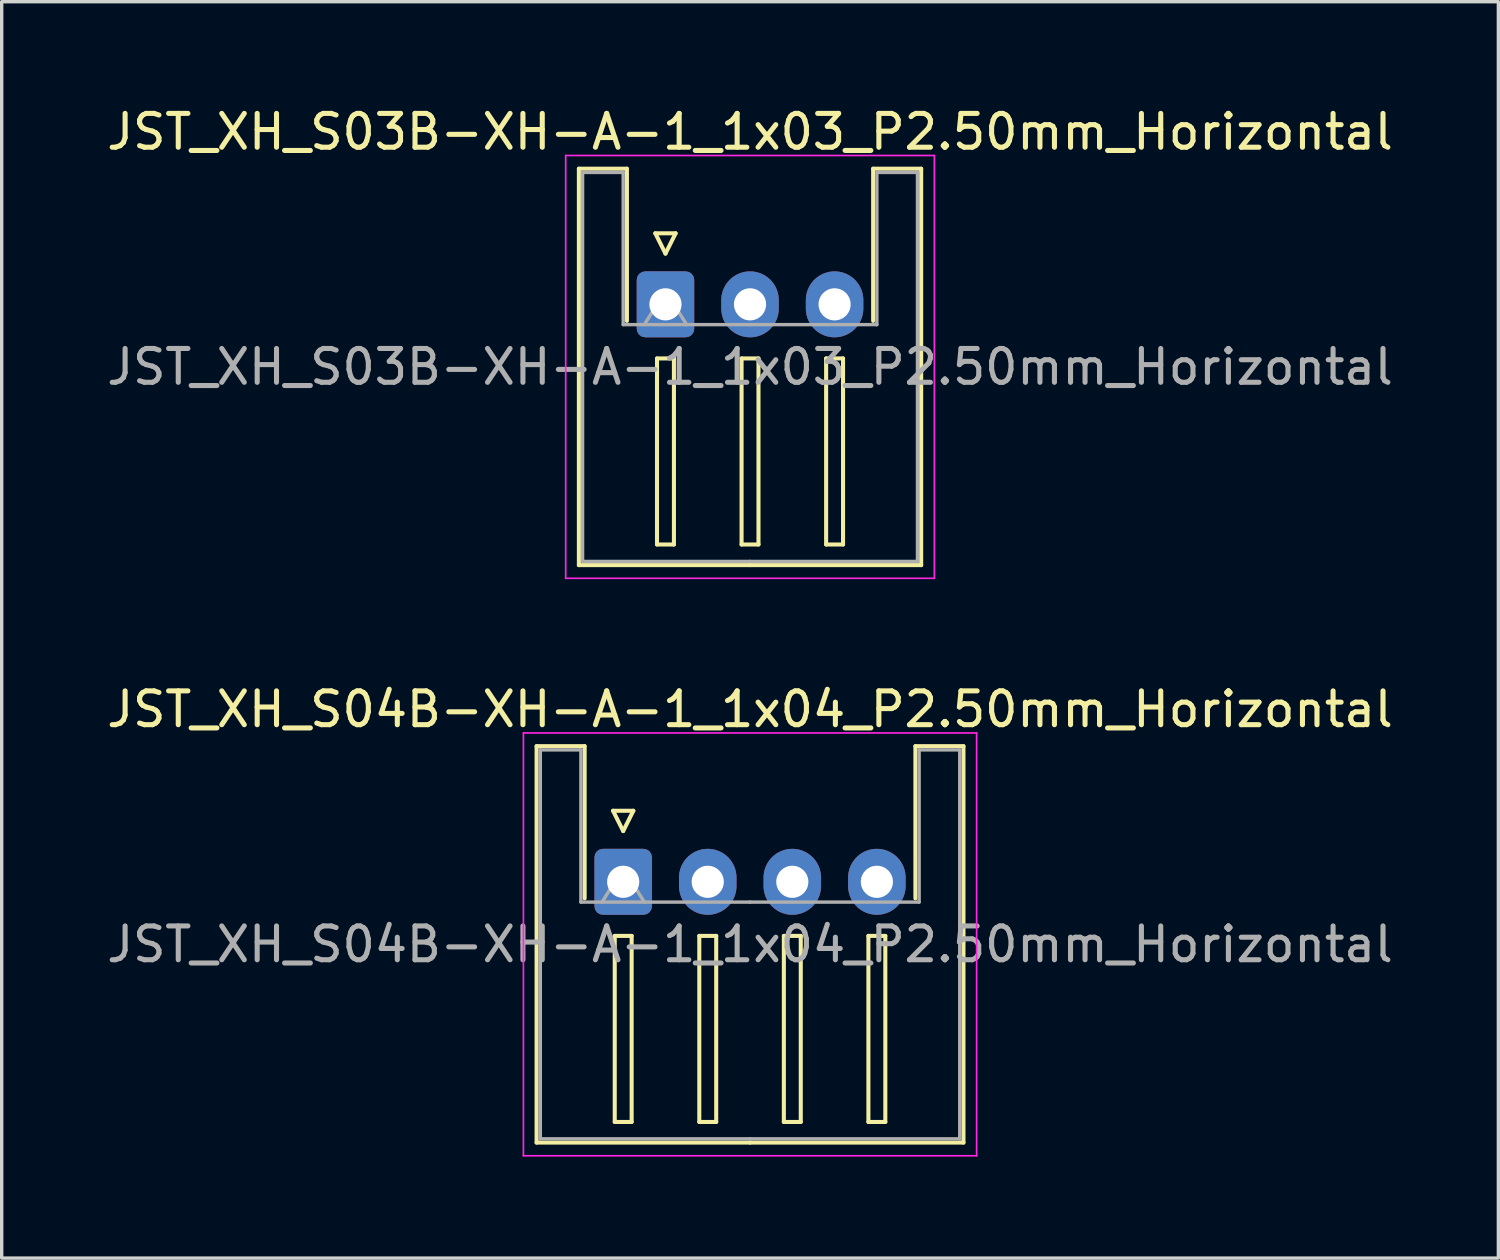
<source format=kicad_pcb>
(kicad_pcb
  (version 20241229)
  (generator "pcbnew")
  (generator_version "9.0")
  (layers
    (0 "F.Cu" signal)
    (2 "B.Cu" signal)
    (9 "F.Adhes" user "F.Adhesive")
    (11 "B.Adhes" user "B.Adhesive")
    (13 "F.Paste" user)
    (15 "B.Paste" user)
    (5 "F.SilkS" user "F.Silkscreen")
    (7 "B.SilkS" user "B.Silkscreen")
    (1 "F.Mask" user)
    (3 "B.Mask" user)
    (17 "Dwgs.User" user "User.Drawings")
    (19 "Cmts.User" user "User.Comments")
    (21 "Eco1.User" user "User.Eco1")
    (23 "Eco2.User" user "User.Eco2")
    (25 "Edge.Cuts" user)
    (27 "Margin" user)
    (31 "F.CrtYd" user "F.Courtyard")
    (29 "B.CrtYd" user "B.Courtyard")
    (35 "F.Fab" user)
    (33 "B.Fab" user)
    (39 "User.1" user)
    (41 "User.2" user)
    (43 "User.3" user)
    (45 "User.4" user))
  (footprint "JST_XH_S03B-XH-A-1_1x03_P2.50mm_Horizontal"
    (layer "F.Cu")
    (at 16.625 5.948)
    (property "Reference" "JST_XH_S03B-XH-A-1_1x03_P2.50mm_Horizontal" (at 2.5 -5.1 0) (layer "F.SilkS") (effects (font (size 1 1) (thickness 0.15))))
    (attr through_hole)
    (fp_line (start -2.56 -4.01) (end -1.14 -4.01) (stroke (width 0.12) (type solid)) (layer "F.SilkS"))
    (fp_line (start -2.56 7.71) (end -2.56 -4.01) (stroke (width 0.12) (type solid)) (layer "F.SilkS"))
    (fp_line (start -1.14 -4.01) (end -1.14 0.49) (stroke (width 0.12) (type solid)) (layer "F.SilkS"))
    (fp_line (start -0.3 -2.1) (end 0.3 -2.1) (stroke (width 0.12) (type solid)) (layer "F.SilkS"))
    (fp_line (start -0.25 1.6) (end -0.25 7.1) (stroke (width 0.12) (type solid)) (layer "F.SilkS"))
    (fp_line (start -0.25 7.1) (end 0.25 7.1) (stroke (width 0.12) (type solid)) (layer "F.SilkS"))
    (fp_line (start 0 -1.5) (end -0.3 -2.1) (stroke (width 0.12) (type solid)) (layer "F.SilkS"))
    (fp_line (start 0.25 1.6) (end -0.25 1.6) (stroke (width 0.12) (type solid)) (layer "F.SilkS"))
    (fp_line (start 0.25 7.1) (end 0.25 1.6) (stroke (width 0.12) (type solid)) (layer "F.SilkS"))
    (fp_line (start 0.3 -2.1) (end 0 -1.5) (stroke (width 0.12) (type solid)) (layer "F.SilkS"))
    (fp_line (start 2.25 1.6) (end 2.25 7.1) (stroke (width 0.12) (type solid)) (layer "F.SilkS"))
    (fp_line (start 2.25 7.1) (end 2.75 7.1) (stroke (width 0.12) (type solid)) (layer "F.SilkS"))
    (fp_line (start 2.5 7.71) (end -2.56 7.71) (stroke (width 0.12) (type solid)) (layer "F.SilkS"))
    (fp_line (start 2.5 7.71) (end 7.56 7.71) (stroke (width 0.12) (type solid)) (layer "F.SilkS"))
    (fp_line (start 2.75 1.6) (end 2.25 1.6) (stroke (width 0.12) (type solid)) (layer "F.SilkS"))
    (fp_line (start 2.75 7.1) (end 2.75 1.6) (stroke (width 0.12) (type solid)) (layer "F.SilkS"))
    (fp_line (start 4.75 1.6) (end 4.75 7.1) (stroke (width 0.12) (type solid)) (layer "F.SilkS"))
    (fp_line (start 4.75 7.1) (end 5.25 7.1) (stroke (width 0.12) (type solid)) (layer "F.SilkS"))
    (fp_line (start 5.25 1.6) (end 4.75 1.6) (stroke (width 0.12) (type solid)) (layer "F.SilkS"))
    (fp_line (start 5.25 7.1) (end 5.25 1.6) (stroke (width 0.12) (type solid)) (layer "F.SilkS"))
    (fp_line (start 6.14 -4.01) (end 6.14 0.49) (stroke (width 0.12) (type solid)) (layer "F.SilkS"))
    (fp_line (start 7.56 -4.01) (end 6.14 -4.01) (stroke (width 0.12) (type solid)) (layer "F.SilkS"))
    (fp_line (start 7.56 7.71) (end 7.56 -4.01) (stroke (width 0.12) (type solid)) (layer "F.SilkS"))
    (fp_line (start -2.95 -4.4) (end -2.95 8.1) (stroke (width 0.05) (type solid)) (layer "F.CrtYd"))
    (fp_line (start -2.95 8.1) (end 7.95 8.1) (stroke (width 0.05) (type solid)) (layer "F.CrtYd"))
    (fp_line (start 7.95 -4.4) (end -2.95 -4.4) (stroke (width 0.05) (type solid)) (layer "F.CrtYd"))
    (fp_line (start 7.95 8.1) (end 7.95 -4.4) (stroke (width 0.05) (type solid)) (layer "F.CrtYd"))
    (fp_line (start -2.45 -3.9) (end -1.25 -3.9) (stroke (width 0.1) (type solid)) (layer "F.Fab"))
    (fp_line (start -2.45 7.6) (end -2.45 -3.9) (stroke (width 0.1) (type solid)) (layer "F.Fab"))
    (fp_line (start -1.25 -3.9) (end -1.25 0.6) (stroke (width 0.1) (type solid)) (layer "F.Fab"))
    (fp_line (start -1.25 0.6) (end 2.5 0.6) (stroke (width 0.1) (type solid)) (layer "F.Fab"))
    (fp_line (start -0.625 0.6) (end 0 -0.4) (stroke (width 0.1) (type solid)) (layer "F.Fab"))
    (fp_line (start 0 -0.4) (end 0.625 0.6) (stroke (width 0.1) (type solid)) (layer "F.Fab"))
    (fp_line (start 2.5 7.6) (end -2.45 7.6) (stroke (width 0.1) (type solid)) (layer "F.Fab"))
    (fp_line (start 2.5 7.6) (end 7.45 7.6) (stroke (width 0.1) (type solid)) (layer "F.Fab"))
    (fp_line (start 6.25 -3.9) (end 6.25 0.6) (stroke (width 0.1) (type solid)) (layer "F.Fab"))
    (fp_line (start 6.25 0.6) (end 2.5 0.6) (stroke (width 0.1) (type solid)) (layer "F.Fab"))
    (fp_line (start 7.45 -3.9) (end 6.25 -3.9) (stroke (width 0.1) (type solid)) (layer "F.Fab"))
    (fp_line (start 7.45 7.6) (end 7.45 -3.9) (stroke (width 0.1) (type solid)) (layer "F.Fab"))
    (fp_text user "${REFERENCE}" (at 2.5 1.85 0) (layer "F.Fab") (effects (font (size 1 1) (thickness 0.15))))
    (pad "1" thru_hole roundrect (at 0 0) (size 1.7 1.95) (drill 0.95) (layers "*.Cu" "*.Mask") (roundrect_rratio 0.147))
    (pad "2" thru_hole oval (at 2.5 0) (size 1.7 1.95) (drill 0.95) (layers "*.Cu" "*.Mask"))
    (pad "3" thru_hole oval (at 5 0) (size 1.7 1.95) (drill 0.95) (layers "*.Cu" "*.Mask")))
  (footprint "JST_XH_S04B-XH-A-1_1x04_P2.50mm_Horizontal"
    (layer "F.Cu")
    (at 15.375 23.021)
    (property "Reference" "JST_XH_S04B-XH-A-1_1x04_P2.50mm_Horizontal" (at 3.75 -5.1 0) (layer "F.SilkS") (effects (font (size 1 1) (thickness 0.15))))
    (attr through_hole)
    (fp_line (start -2.56 -4.01) (end -1.14 -4.01) (stroke (width 0.12) (type solid)) (layer "F.SilkS"))
    (fp_line (start -2.56 7.71) (end -2.56 -4.01) (stroke (width 0.12) (type solid)) (layer "F.SilkS"))
    (fp_line (start -1.14 -4.01) (end -1.14 0.49) (stroke (width 0.12) (type solid)) (layer "F.SilkS"))
    (fp_line (start -0.3 -2.1) (end 0.3 -2.1) (stroke (width 0.12) (type solid)) (layer "F.SilkS"))
    (fp_line (start -0.25 1.6) (end -0.25 7.1) (stroke (width 0.12) (type solid)) (layer "F.SilkS"))
    (fp_line (start -0.25 7.1) (end 0.25 7.1) (stroke (width 0.12) (type solid)) (layer "F.SilkS"))
    (fp_line (start 0 -1.5) (end -0.3 -2.1) (stroke (width 0.12) (type solid)) (layer "F.SilkS"))
    (fp_line (start 0.25 1.6) (end -0.25 1.6) (stroke (width 0.12) (type solid)) (layer "F.SilkS"))
    (fp_line (start 0.25 7.1) (end 0.25 1.6) (stroke (width 0.12) (type solid)) (layer "F.SilkS"))
    (fp_line (start 0.3 -2.1) (end 0 -1.5) (stroke (width 0.12) (type solid)) (layer "F.SilkS"))
    (fp_line (start 2.25 1.6) (end 2.25 7.1) (stroke (width 0.12) (type solid)) (layer "F.SilkS"))
    (fp_line (start 2.25 7.1) (end 2.75 7.1) (stroke (width 0.12) (type solid)) (layer "F.SilkS"))
    (fp_line (start 2.75 1.6) (end 2.25 1.6) (stroke (width 0.12) (type solid)) (layer "F.SilkS"))
    (fp_line (start 2.75 7.1) (end 2.75 1.6) (stroke (width 0.12) (type solid)) (layer "F.SilkS"))
    (fp_line (start 3.75 7.71) (end -2.56 7.71) (stroke (width 0.12) (type solid)) (layer "F.SilkS"))
    (fp_line (start 3.75 7.71) (end 10.06 7.71) (stroke (width 0.12) (type solid)) (layer "F.SilkS"))
    (fp_line (start 4.75 1.6) (end 4.75 7.1) (stroke (width 0.12) (type solid)) (layer "F.SilkS"))
    (fp_line (start 4.75 7.1) (end 5.25 7.1) (stroke (width 0.12) (type solid)) (layer "F.SilkS"))
    (fp_line (start 5.25 1.6) (end 4.75 1.6) (stroke (width 0.12) (type solid)) (layer "F.SilkS"))
    (fp_line (start 5.25 7.1) (end 5.25 1.6) (stroke (width 0.12) (type solid)) (layer "F.SilkS"))
    (fp_line (start 7.25 1.6) (end 7.25 7.1) (stroke (width 0.12) (type solid)) (layer "F.SilkS"))
    (fp_line (start 7.25 7.1) (end 7.75 7.1) (stroke (width 0.12) (type solid)) (layer "F.SilkS"))
    (fp_line (start 7.75 1.6) (end 7.25 1.6) (stroke (width 0.12) (type solid)) (layer "F.SilkS"))
    (fp_line (start 7.75 7.1) (end 7.75 1.6) (stroke (width 0.12) (type solid)) (layer "F.SilkS"))
    (fp_line (start 8.64 -4.01) (end 8.64 0.49) (stroke (width 0.12) (type solid)) (layer "F.SilkS"))
    (fp_line (start 10.06 -4.01) (end 8.64 -4.01) (stroke (width 0.12) (type solid)) (layer "F.SilkS"))
    (fp_line (start 10.06 7.71) (end 10.06 -4.01) (stroke (width 0.12) (type solid)) (layer "F.SilkS"))
    (fp_line (start -2.95 -4.4) (end -2.95 8.1) (stroke (width 0.05) (type solid)) (layer "F.CrtYd"))
    (fp_line (start -2.95 8.1) (end 10.45 8.1) (stroke (width 0.05) (type solid)) (layer "F.CrtYd"))
    (fp_line (start 10.45 -4.4) (end -2.95 -4.4) (stroke (width 0.05) (type solid)) (layer "F.CrtYd"))
    (fp_line (start 10.45 8.1) (end 10.45 -4.4) (stroke (width 0.05) (type solid)) (layer "F.CrtYd"))
    (fp_line (start -2.45 -3.9) (end -1.25 -3.9) (stroke (width 0.1) (type solid)) (layer "F.Fab"))
    (fp_line (start -2.45 7.6) (end -2.45 -3.9) (stroke (width 0.1) (type solid)) (layer "F.Fab"))
    (fp_line (start -1.25 -3.9) (end -1.25 0.6) (stroke (width 0.1) (type solid)) (layer "F.Fab"))
    (fp_line (start -1.25 0.6) (end 3.75 0.6) (stroke (width 0.1) (type solid)) (layer "F.Fab"))
    (fp_line (start -0.625 0.6) (end 0 -0.4) (stroke (width 0.1) (type solid)) (layer "F.Fab"))
    (fp_line (start 0 -0.4) (end 0.625 0.6) (stroke (width 0.1) (type solid)) (layer "F.Fab"))
    (fp_line (start 3.75 7.6) (end -2.45 7.6) (stroke (width 0.1) (type solid)) (layer "F.Fab"))
    (fp_line (start 3.75 7.6) (end 9.95 7.6) (stroke (width 0.1) (type solid)) (layer "F.Fab"))
    (fp_line (start 8.75 -3.9) (end 8.75 0.6) (stroke (width 0.1) (type solid)) (layer "F.Fab"))
    (fp_line (start 8.75 0.6) (end 3.75 0.6) (stroke (width 0.1) (type solid)) (layer "F.Fab"))
    (fp_line (start 9.95 -3.9) (end 8.75 -3.9) (stroke (width 0.1) (type solid)) (layer "F.Fab"))
    (fp_line (start 9.95 7.6) (end 9.95 -3.9) (stroke (width 0.1) (type solid)) (layer "F.Fab"))
    (fp_text user "${REFERENCE}" (at 3.75 1.85 0) (layer "F.Fab") (effects (font (size 1 1) (thickness 0.15))))
    (pad "1" thru_hole roundrect (at 0 0) (size 1.7 1.95) (drill 0.95) (layers "*.Cu" "*.Mask") (roundrect_rratio 0.147))
    (pad "2" thru_hole oval (at 2.5 0) (size 1.7 1.95) (drill 0.95) (layers "*.Cu" "*.Mask"))
    (pad "3" thru_hole oval (at 5 0) (size 1.7 1.95) (drill 0.95) (layers "*.Cu" "*.Mask"))
    (pad "4" thru_hole oval (at 7.5 0) (size 1.7 1.95) (drill 0.95) (layers "*.Cu" "*.Mask")))
  (gr_rect
    (start -3 -3)
    (end 41.25 34.147)
    (stroke (width 0.1) (type default))
    (fill no)
    (layer "Edge.Cuts")))
</source>
